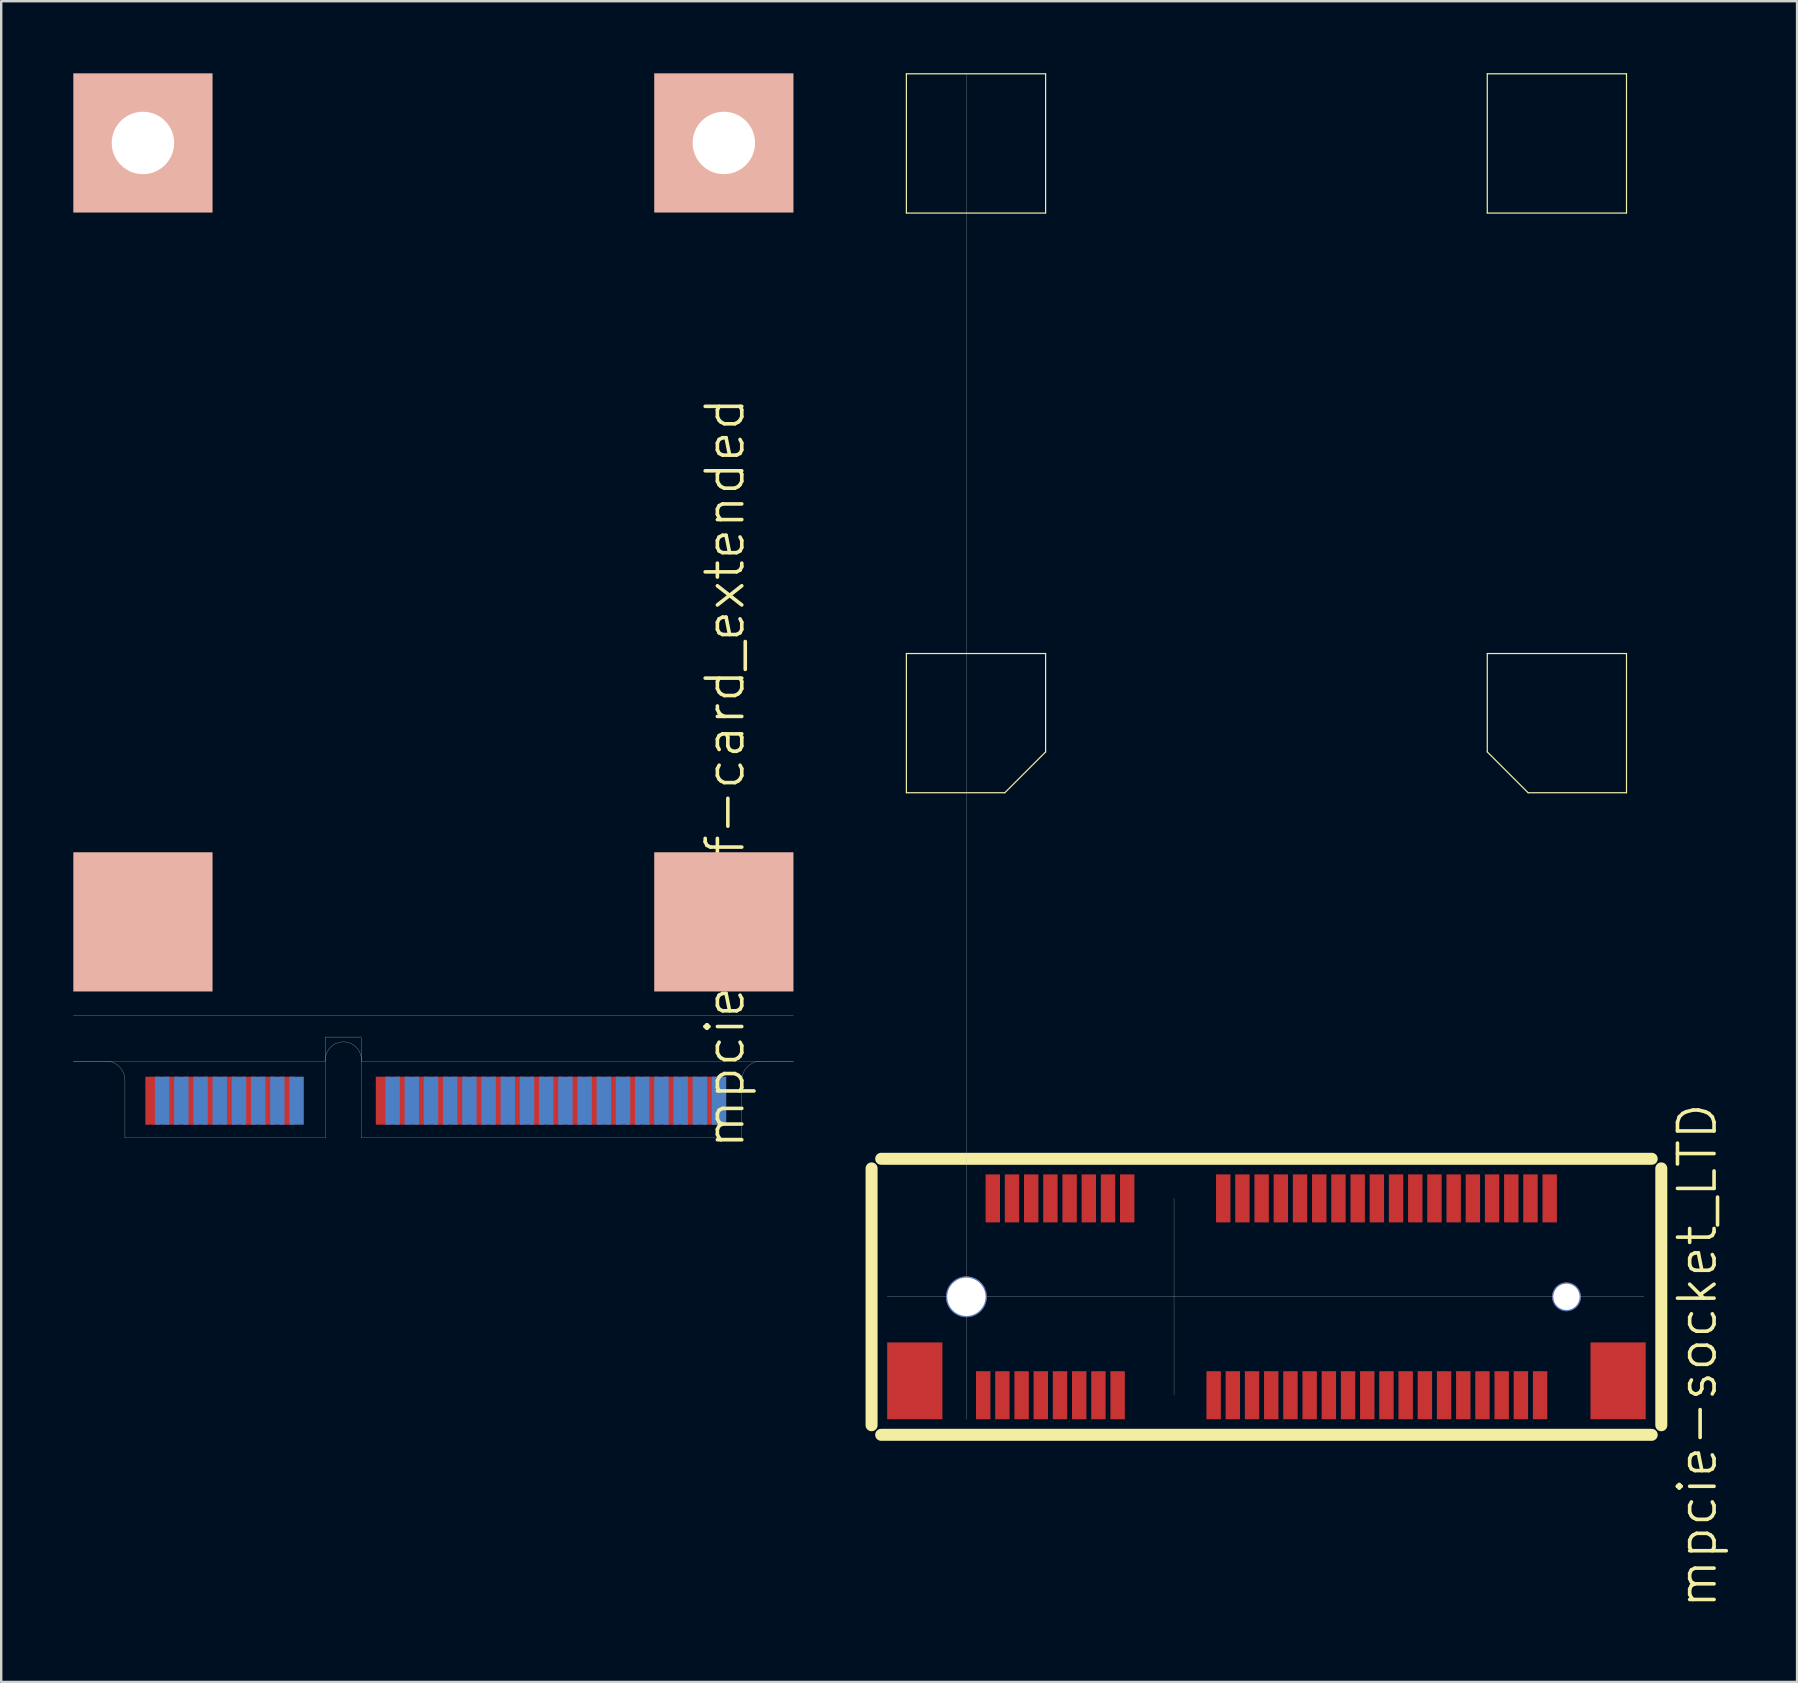
<source format=kicad_pcb>
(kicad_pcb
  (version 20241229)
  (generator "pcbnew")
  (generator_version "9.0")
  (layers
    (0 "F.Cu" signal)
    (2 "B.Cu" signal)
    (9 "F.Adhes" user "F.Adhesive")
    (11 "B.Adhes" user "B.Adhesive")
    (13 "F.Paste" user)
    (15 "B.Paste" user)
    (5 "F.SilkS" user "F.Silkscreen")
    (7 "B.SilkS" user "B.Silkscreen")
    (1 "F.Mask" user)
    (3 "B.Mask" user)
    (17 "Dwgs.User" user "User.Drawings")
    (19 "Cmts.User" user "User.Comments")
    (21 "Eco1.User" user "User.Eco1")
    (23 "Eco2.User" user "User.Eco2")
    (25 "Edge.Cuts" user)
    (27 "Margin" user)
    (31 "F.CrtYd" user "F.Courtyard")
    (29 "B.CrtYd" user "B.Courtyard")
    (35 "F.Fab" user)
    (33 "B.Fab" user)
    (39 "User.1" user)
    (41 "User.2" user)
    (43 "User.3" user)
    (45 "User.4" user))
  (footprint "mpcie-socket_LTD"
    (layer "F.Cu")
    (at 37.21 50.975)
    (property "Reference" "mpcie-socket_LTD" (at 30.45 2.45 90) (layer "F.SilkS") (effects (font (size 1.524 1.524) (thickness 0.15))))
    (attr through_hole)
    (fp_line (start -3.95 -5.35) (end -3.95 5.35) (stroke (width 0.5) (type solid)) (layer "F.SilkS"))
    (fp_line (start -3.55 5.75) (end 28.55 5.75) (stroke (width 0.5) (type solid)) (layer "F.SilkS"))
    (fp_line (start -2.5 -50.95) (end -2.5 -45.15) (stroke (width 0.05) (type solid)) (layer "F.SilkS"))
    (fp_line (start -2.5 -50.95) (end 3.3 -50.95) (stroke (width 0.05) (type solid)) (layer "F.SilkS"))
    (fp_line (start -2.5 -45.15) (end 3.3 -45.15) (stroke (width 0.05) (type solid)) (layer "F.SilkS"))
    (fp_line (start -2.5 -26.8) (end -2.5 -21) (stroke (width 0.05) (type solid)) (layer "F.SilkS"))
    (fp_line (start -2.5 -21) (end 1.6 -21) (stroke (width 0.05) (type solid)) (layer "F.SilkS"))
    (fp_line (start 3.3 -50.95) (end 3.3 -45.15) (stroke (width 0.05) (type solid)) (layer "F.SilkS"))
    (fp_line (start 3.3 -26.8) (end -2.5 -26.8) (stroke (width 0.05) (type solid)) (layer "F.SilkS"))
    (fp_line (start 3.3 -22.7) (end 1.6 -21) (stroke (width 0.05) (type solid)) (layer "F.SilkS"))
    (fp_line (start 3.3 -22.7) (end 3.3 -26.8) (stroke (width 0.05) (type solid)) (layer "F.SilkS"))
    (fp_line (start 21.7 -50.95) (end 21.7 -45.15) (stroke (width 0.05) (type solid)) (layer "F.SilkS"))
    (fp_line (start 21.7 -50.95) (end 27.5 -50.95) (stroke (width 0.05) (type solid)) (layer "F.SilkS"))
    (fp_line (start 21.7 -45.15) (end 27.5 -45.15) (stroke (width 0.05) (type solid)) (layer "F.SilkS"))
    (fp_line (start 21.7 -26.8) (end 27.5 -26.8) (stroke (width 0.05) (type solid)) (layer "F.SilkS"))
    (fp_line (start 21.7 -22.7) (end 21.7 -26.8) (stroke (width 0.05) (type solid)) (layer "F.SilkS"))
    (fp_line (start 21.7 -22.7) (end 23.4 -21) (stroke (width 0.05) (type solid)) (layer "F.SilkS"))
    (fp_line (start 27.5 -50.95) (end 27.5 -45.15) (stroke (width 0.05) (type solid)) (layer "F.SilkS"))
    (fp_line (start 27.5 -26.8) (end 27.5 -21) (stroke (width 0.05) (type solid)) (layer "F.SilkS"))
    (fp_line (start 27.5 -21) (end 23.4 -21) (stroke (width 0.05) (type solid)) (layer "F.SilkS"))
    (fp_line (start 28.55 -5.75) (end -3.55 -5.75) (stroke (width 0.5) (type solid)) (layer "F.SilkS"))
    (fp_line (start 28.95 5.35) (end 28.95 -5.35) (stroke (width 0.5) (type solid)) (layer "F.SilkS"))
    (fp_line (start -3.3 0) (end 28.225 0) (stroke (width 0.01) (type solid)) (layer "Dwgs.User"))
    (fp_line (start 0 -50.95) (end 0 5.1) (stroke (width 0.01) (type solid)) (layer "Dwgs.User"))
    (fp_line (start 8.65 4.1) (end 8.65 -4.1) (stroke (width 0.01) (type solid)) (layer "Dwgs.User"))
    (pad "" smd rect (at -2.15 3.5) (size 2.3 3.2) (layers "F.Cu" "F.Mask" "F.Paste"))
    (pad "" thru_hole circle (at 0 0) (size 1.7 1.7) (drill 1.6) (layers "*.Cu" "*.Mask"))
    (pad "" connect rect (at 0.4 -48.05) (size 5.8 5.8) (layers "Eco1.User"))
    (pad "" connect rect (at 0.4 -23.9) (size 5.8 5.8) (layers "Eco1.User"))
    (pad "" connect rect (at 24.6 -48.05) (size 5.8 5.8) (layers "Eco1.User"))
    (pad "" connect rect (at 24.6 -23.9) (size 5.8 5.8) (layers "Eco1.User"))
    (pad "" thru_hole circle (at 25 0) (size 1.2 1.2) (drill 1.1) (layers "*.Cu" "*.Mask"))
    (pad "" smd rect (at 27.15 3.5) (size 2.3 3.2) (layers "F.Cu" "F.Mask" "F.Paste"))
    (pad "1" smd rect (at 0.7 4.1) (size 0.6 2) (layers "F.Cu" "F.Mask" "F.Paste"))
    (pad "2" smd rect (at 1.1 -4.1) (size 0.6 2) (layers "F.Cu" "F.Mask" "F.Paste"))
    (pad "3" smd rect (at 1.5 4.1) (size 0.6 2) (layers "F.Cu" "F.Mask" "F.Paste"))
    (pad "4" smd rect (at 1.9 -4.1) (size 0.6 2) (layers "F.Cu" "F.Mask" "F.Paste"))
    (pad "5" smd rect (at 2.3 4.1) (size 0.6 2) (layers "F.Cu" "F.Mask" "F.Paste"))
    (pad "6" smd rect (at 2.7 -4.1) (size 0.6 2) (layers "F.Cu" "F.Mask" "F.Paste"))
    (pad "7" smd rect (at 3.1 4.1) (size 0.6 2) (layers "F.Cu" "F.Mask" "F.Paste"))
    (pad "8" smd rect (at 3.5 -4.1) (size 0.6 2) (layers "F.Cu" "F.Mask" "F.Paste"))
    (pad "9" smd rect (at 3.9 4.1) (size 0.6 2) (layers "F.Cu" "F.Mask" "F.Paste"))
    (pad "10" smd rect (at 4.3 -4.1) (size 0.6 2) (layers "F.Cu" "F.Mask" "F.Paste"))
    (pad "11" smd rect (at 4.7 4.1) (size 0.6 2) (layers "F.Cu" "F.Mask" "F.Paste"))
    (pad "12" smd rect (at 5.1 -4.1) (size 0.6 2) (layers "F.Cu" "F.Mask" "F.Paste"))
    (pad "13" smd rect (at 5.5 4.1) (size 0.6 2) (layers "F.Cu" "F.Mask" "F.Paste"))
    (pad "14" smd rect (at 5.9 -4.1) (size 0.6 2) (layers "F.Cu" "F.Mask" "F.Paste"))
    (pad "15" smd rect (at 6.3 4.1) (size 0.6 2) (layers "F.Cu" "F.Mask" "F.Paste"))
    (pad "16" smd rect (at 6.7 -4.1) (size 0.6 2) (layers "F.Cu" "F.Mask" "F.Paste"))
    (pad "17" smd rect (at 10.3 4.1) (size 0.6 2) (layers "F.Cu" "F.Mask" "F.Paste"))
    (pad "18" smd rect (at 10.7 -4.1) (size 0.6 2) (layers "F.Cu" "F.Mask" "F.Paste"))
    (pad "19" smd rect (at 11.1 4.1) (size 0.6 2) (layers "F.Cu" "F.Mask" "F.Paste"))
    (pad "20" smd rect (at 11.5 -4.1) (size 0.6 2) (layers "F.Cu" "F.Mask" "F.Paste"))
    (pad "21" smd rect (at 11.9 4.1) (size 0.6 2) (layers "F.Cu" "F.Mask" "F.Paste"))
    (pad "22" smd rect (at 12.3 -4.1) (size 0.6 2) (layers "F.Cu" "F.Mask" "F.Paste"))
    (pad "23" smd rect (at 12.7 4.1) (size 0.6 2) (layers "F.Cu" "F.Mask" "F.Paste"))
    (pad "24" smd rect (at 13.1 -4.1) (size 0.6 2) (layers "F.Cu" "F.Mask" "F.Paste"))
    (pad "25" smd rect (at 13.5 4.1) (size 0.6 2) (layers "F.Cu" "F.Mask" "F.Paste"))
    (pad "26" smd rect (at 13.9 -4.1) (size 0.6 2) (layers "F.Cu" "F.Mask" "F.Paste"))
    (pad "27" smd rect (at 14.3 4.1) (size 0.6 2) (layers "F.Cu" "F.Mask" "F.Paste"))
    (pad "28" smd rect (at 14.7 -4.1) (size 0.6 2) (layers "F.Cu" "F.Mask" "F.Paste"))
    (pad "29" smd rect (at 15.1 4.1) (size 0.6 2) (layers "F.Cu" "F.Mask" "F.Paste"))
    (pad "30" smd rect (at 15.5 -4.1) (size 0.6 2) (layers "F.Cu" "F.Mask" "F.Paste"))
    (pad "31" smd rect (at 15.9 4.1) (size 0.6 2) (layers "F.Cu" "F.Mask" "F.Paste"))
    (pad "32" smd rect (at 16.3 -4.1) (size 0.6 2) (layers "F.Cu" "F.Mask" "F.Paste"))
    (pad "33" smd rect (at 16.7 4.1) (size 0.6 2) (layers "F.Cu" "F.Mask" "F.Paste"))
    (pad "34" smd rect (at 17.1 -4.1) (size 0.6 2) (layers "F.Cu" "F.Mask" "F.Paste"))
    (pad "35" smd rect (at 17.5 4.1) (size 0.6 2) (layers "F.Cu" "F.Mask" "F.Paste"))
    (pad "36" smd rect (at 17.9 -4.1) (size 0.6 2) (layers "F.Cu" "F.Mask" "F.Paste"))
    (pad "37" smd rect (at 18.3 4.1) (size 0.6 2) (layers "F.Cu" "F.Mask" "F.Paste"))
    (pad "38" smd rect (at 18.7 -4.1) (size 0.6 2) (layers "F.Cu" "F.Mask" "F.Paste"))
    (pad "39" smd rect (at 19.1 4.1) (size 0.6 2) (layers "F.Cu" "F.Mask" "F.Paste"))
    (pad "40" smd rect (at 19.5 -4.1) (size 0.6 2) (layers "F.Cu" "F.Mask" "F.Paste"))
    (pad "41" smd rect (at 19.9 4.1) (size 0.6 2) (layers "F.Cu" "F.Mask" "F.Paste"))
    (pad "42" smd rect (at 20.3 -4.1) (size 0.6 2) (layers "F.Cu" "F.Mask" "F.Paste"))
    (pad "43" smd rect (at 20.7 4.1) (size 0.6 2) (layers "F.Cu" "F.Mask" "F.Paste"))
    (pad "44" smd rect (at 21.1 -4.1) (size 0.6 2) (layers "F.Cu" "F.Mask" "F.Paste"))
    (pad "45" smd rect (at 21.5 4.1) (size 0.6 2) (layers "F.Cu" "F.Mask" "F.Paste"))
    (pad "46" smd rect (at 21.9 -4.1) (size 0.6 2) (layers "F.Cu" "F.Mask" "F.Paste"))
    (pad "47" smd rect (at 22.3 4.1) (size 0.6 2) (layers "F.Cu" "F.Mask" "F.Paste"))
    (pad "48" smd rect (at 22.7 -4.1) (size 0.6 2) (layers "F.Cu" "F.Mask" "F.Paste"))
    (pad "49" smd rect (at 23.1 4.1) (size 0.6 2) (layers "F.Cu" "F.Mask" "F.Paste"))
    (pad "50" smd rect (at 23.5 -4.1) (size 0.6 2) (layers "F.Cu" "F.Mask" "F.Paste"))
    (pad "51" smd rect (at 23.9 4.1) (size 0.6 2) (layers "F.Cu" "F.Mask" "F.Paste"))
    (pad "52" smd rect (at 24.3 -4.1) (size 0.6 2) (layers "F.Cu" "F.Mask" "F.Paste")))
  (footprint "mpcie-half-card_extended"
    (layer "F.Cu")
    (at 15.005 44.355)
    (property "Reference" "mpcie-half-card_extended" (at 12.15 -15.2 90) (layer "F.SilkS") (effects (font (size 1.524 1.524) (thickness 0.15))))
    (attr through_hole)
    (fp_line (start -15 -3.2) (end -4.5 -3.2) (stroke (width 0.01) (type solid)) (layer "F.SilkS"))
    (fp_line (start -4.5 -4.2) (end -3 -4.2) (stroke (width 0.01) (type solid)) (layer "F.SilkS"))
    (fp_line (start -4.5 -3.2) (end -4.5 -4.2) (stroke (width 0.01) (type solid)) (layer "F.SilkS"))
    (fp_line (start -3 -4.15) (end -3 -3.2) (stroke (width 0.01) (type solid)) (layer "F.SilkS"))
    (fp_line (start -3 -3.2) (end 15 -3.2) (stroke (width 0.01) (type solid)) (layer "F.SilkS"))
    (fp_line (start -15 -5.1) (end 15 -5.1) (stroke (width 0.01) (type solid)) (layer "B.SilkS"))
    (fp_line (start -15 -44.35) (end -15 -3.2) (stroke (width 0.01) (type solid)) (layer "Eco1.User"))
    (fp_line (start -3.75 -4.5) (end -3.75 -0.15) (stroke (width 0.01) (type solid)) (layer "Eco1.User"))
    (fp_line (start 0 0) (end 0 -26.8) (stroke (width 0.01) (type solid)) (layer "Eco1.User"))
    (fp_line (start 15 -44.35) (end -15 -44.35) (stroke (width 0.01) (type solid)) (layer "Eco1.User"))
    (fp_line (start 15 -3.2) (end 15 -44.35) (stroke (width 0.01) (type solid)) (layer "Eco1.User"))
    (fp_line (start -13.65 -3.2) (end -15 -3.2) (stroke (width 0.01) (type solid)) (layer "Edge.Cuts"))
    (fp_line (start -12.85 0) (end -12.85 -2.4) (stroke (width 0.01) (type solid)) (layer "Edge.Cuts"))
    (fp_line (start -4.5 0) (end -12.85 0) (stroke (width 0.01) (type solid)) (layer "Edge.Cuts"))
    (fp_line (start -4.5 0) (end -4.5 -3.25) (stroke (width 0.01) (type solid)) (layer "Edge.Cuts"))
    (fp_line (start -3 0) (end -3 -3.25) (stroke (width 0.01) (type solid)) (layer "Edge.Cuts"))
    (fp_line (start -3 0) (end 12.85 0) (stroke (width 0.01) (type solid)) (layer "Edge.Cuts"))
    (fp_line (start 12.85 0) (end 12.85 -2.4) (stroke (width 0.01) (type solid)) (layer "Edge.Cuts"))
    (fp_line (start 15 -3.2) (end 13.65 -3.2) (stroke (width 0.01) (type solid)) (layer "Edge.Cuts"))
    (fp_arc (start -13.65 -3.2) (mid -13.084315 -2.965685) (end -12.85 -2.4) (stroke (width 0.01) (type solid)) (layer "Edge.Cuts"))
    (fp_arc (start -4.5 -3.25) (mid -3.75 -4) (end -3 -3.25) (stroke (width 0.01) (type solid)) (layer "Edge.Cuts"))
    (fp_arc (start 12.85 -2.4) (mid 13.084315 -2.965685) (end 13.65 -3.2) (stroke (width 0.01) (type solid)) (layer "Edge.Cuts"))
    (fp_text user "Center" (at -0.2 -14.35 90) (layer "Eco1.User") (effects (font (size 0.25 0.25) (thickness 0.025))))
    (pad "" np_thru_hole circle (at -12.1 -41.45) (size 2.6 2.6) (drill 2.6) (layers "*.Cu" "*.Mask" "F.SilkS"))
    (pad "" connect rect (at -12.1 -41.45) (size 5.8 5.8) (layers "B.SilkS"))
    (pad "" connect rect (at -12.1 -9) (size 5.8 5.8) (layers "B.SilkS"))
    (pad "" np_thru_hole circle (at 12.1 -41.45) (size 2.6 2.6) (drill 2.6) (layers "*.Cu" "*.Mask" "F.SilkS"))
    (pad "" connect rect (at 12.1 -41.45) (size 5.8 5.8) (layers "B.SilkS"))
    (pad "" connect rect (at 12.1 -9) (size 5.8 5.8) (layers "B.SilkS"))
    (pad "1" smd rect (at -11.7 -1.55) (size 0.6 2) (layers "F.Cu" "F.Mask" "F.Paste"))
    (pad "2" smd rect (at -11.3 -1.55) (size 0.6 2) (layers "B.Cu" "B.Mask" "B.Paste"))
    (pad "3" smd rect (at -10.9 -1.55) (size 0.6 2) (layers "F.Cu" "F.Mask" "F.Paste"))
    (pad "4" smd rect (at -10.5 -1.55) (size 0.6 2) (layers "B.Cu" "B.Mask" "B.Paste"))
    (pad "5" smd rect (at -10.1 -1.55) (size 0.6 2) (layers "F.Cu" "F.Mask" "F.Paste"))
    (pad "6" smd rect (at -9.7 -1.55) (size 0.6 2) (layers "B.Cu" "B.Mask" "B.Paste"))
    (pad "7" smd rect (at -9.3 -1.55) (size 0.6 2) (layers "F.Cu" "F.Mask" "F.Paste"))
    (pad "8" smd rect (at -8.9 -1.55) (size 0.6 2) (layers "B.Cu" "B.Mask" "B.Paste"))
    (pad "9" smd rect (at -8.5 -1.55) (size 0.6 2) (layers "F.Cu" "F.Mask" "F.Paste"))
    (pad "10" smd rect (at -8.1 -1.55) (size 0.6 2) (layers "B.Cu" "B.Mask" "B.Paste"))
    (pad "11" smd rect (at -7.7 -1.55) (size 0.6 2) (layers "F.Cu" "F.Mask" "F.Paste"))
    (pad "12" smd rect (at -7.3 -1.55) (size 0.6 2) (layers "B.Cu" "B.Mask" "B.Paste"))
    (pad "13" smd rect (at -6.9 -1.55) (size 0.6 2) (layers "F.Cu" "F.Mask" "F.Paste"))
    (pad "14" smd rect (at -6.5 -1.55) (size 0.6 2) (layers "B.Cu" "B.Mask" "B.Paste"))
    (pad "15" smd rect (at -6.1 -1.55) (size 0.6 2) (layers "F.Cu" "F.Mask" "F.Paste"))
    (pad "16" smd rect (at -5.7 -1.55) (size 0.6 2) (layers "B.Cu" "B.Mask" "B.Paste"))
    (pad "17" smd rect (at -2.1 -1.55) (size 0.6 2) (layers "F.Cu" "F.Mask" "F.Paste"))
    (pad "18" smd rect (at -1.7 -1.55) (size 0.6 2) (layers "B.Cu" "B.Mask" "B.Paste"))
    (pad "19" smd rect (at -1.3 -1.55) (size 0.6 2) (layers "F.Cu" "F.Mask" "F.Paste"))
    (pad "20" smd rect (at -0.9 -1.55) (size 0.6 2) (layers "B.Cu" "B.Mask" "B.Paste"))
    (pad "21" smd rect (at -0.5 -1.55) (size 0.6 2) (layers "F.Cu" "F.Mask" "F.Paste"))
    (pad "22" smd rect (at -0.1 -1.55) (size 0.6 2) (layers "B.Cu" "B.Mask" "B.Paste"))
    (pad "23" smd rect (at 0.3 -1.55) (size 0.6 2) (layers "F.Cu" "F.Mask" "F.Paste"))
    (pad "24" smd rect (at 0.7 -1.55) (size 0.6 2) (layers "B.Cu" "B.Mask" "B.Paste"))
    (pad "25" smd rect (at 1.1 -1.55) (size 0.6 2) (layers "F.Cu" "F.Mask" "F.Paste"))
    (pad "26" smd rect (at 1.5 -1.55) (size 0.6 2) (layers "B.Cu" "B.Mask" "B.Paste"))
    (pad "27" smd rect (at 1.9 -1.55) (size 0.6 2) (layers "F.Cu" "F.Mask" "F.Paste"))
    (pad "28" smd rect (at 2.3 -1.55) (size 0.6 2) (layers "B.Cu" "B.Mask" "B.Paste"))
    (pad "29" smd rect (at 2.7 -1.55) (size 0.6 2) (layers "F.Cu" "F.Mask" "F.Paste"))
    (pad "30" smd rect (at 3.1 -1.55) (size 0.6 2) (layers "B.Cu" "B.Mask" "B.Paste"))
    (pad "31" smd rect (at 3.5 -1.55) (size 0.6 2) (layers "F.Cu" "F.Mask" "F.Paste"))
    (pad "32" smd rect (at 3.9 -1.55) (size 0.6 2) (layers "B.Cu" "B.Mask" "B.Paste"))
    (pad "33" smd rect (at 4.3 -1.55) (size 0.6 2) (layers "F.Cu" "F.Mask" "F.Paste"))
    (pad "34" smd rect (at 4.7 -1.55) (size 0.6 2) (layers "B.Cu" "B.Mask" "B.Paste"))
    (pad "35" smd rect (at 5.1 -1.55) (size 0.6 2) (layers "F.Cu" "F.Mask" "F.Paste"))
    (pad "36" smd rect (at 5.5 -1.55) (size 0.6 2) (layers "B.Cu" "B.Mask" "B.Paste"))
    (pad "37" smd rect (at 5.9 -1.55) (size 0.6 2) (layers "F.Cu" "F.Mask" "F.Paste"))
    (pad "38" smd rect (at 6.3 -1.55) (size 0.6 2) (layers "B.Cu" "B.Mask" "B.Paste"))
    (pad "39" smd rect (at 6.7 -1.55) (size 0.6 2) (layers "F.Cu" "F.Mask" "F.Paste"))
    (pad "40" smd rect (at 7.1 -1.55) (size 0.6 2) (layers "B.Cu" "B.Mask" "B.Paste"))
    (pad "41" smd rect (at 7.5 -1.55) (size 0.6 2) (layers "F.Cu" "F.Mask" "F.Paste"))
    (pad "42" smd rect (at 7.9 -1.55) (size 0.6 2) (layers "B.Cu" "B.Mask" "B.Paste"))
    (pad "43" smd rect (at 8.3 -1.55) (size 0.6 2) (layers "F.Cu" "F.Mask" "F.Paste"))
    (pad "44" smd rect (at 8.7 -1.55) (size 0.6 2) (layers "B.Cu" "B.Mask" "B.Paste"))
    (pad "45" smd rect (at 9.1 -1.55) (size 0.6 2) (layers "F.Cu" "F.Mask" "F.Paste"))
    (pad "46" smd rect (at 9.5 -1.55) (size 0.6 2) (layers "B.Cu" "B.Mask" "B.Paste"))
    (pad "47" smd rect (at 9.9 -1.55) (size 0.6 2) (layers "F.Cu" "F.Mask" "F.Paste"))
    (pad "48" smd rect (at 10.3 -1.55) (size 0.6 2) (layers "B.Cu" "B.Mask" "B.Paste"))
    (pad "49" smd rect (at 10.7 -1.55) (size 0.6 2) (layers "F.Cu" "F.Mask" "F.Paste"))
    (pad "50" smd rect (at 11.1 -1.55) (size 0.6 2) (layers "B.Cu" "B.Mask" "B.Paste"))
    (pad "51" smd rect (at 11.5 -1.55) (size 0.6 2) (layers "F.Cu" "F.Mask" "F.Paste"))
    (pad "52" smd rect (at 11.9 -1.55) (size 0.6 2) (layers "B.Cu" "B.Mask" "B.Paste")))
  (gr_rect
    (start -3 -3)
    (end 71.815 67.02)
    (stroke (width 0.1) (type default))
    (fill no)
    (layer "Edge.Cuts")))
</source>
